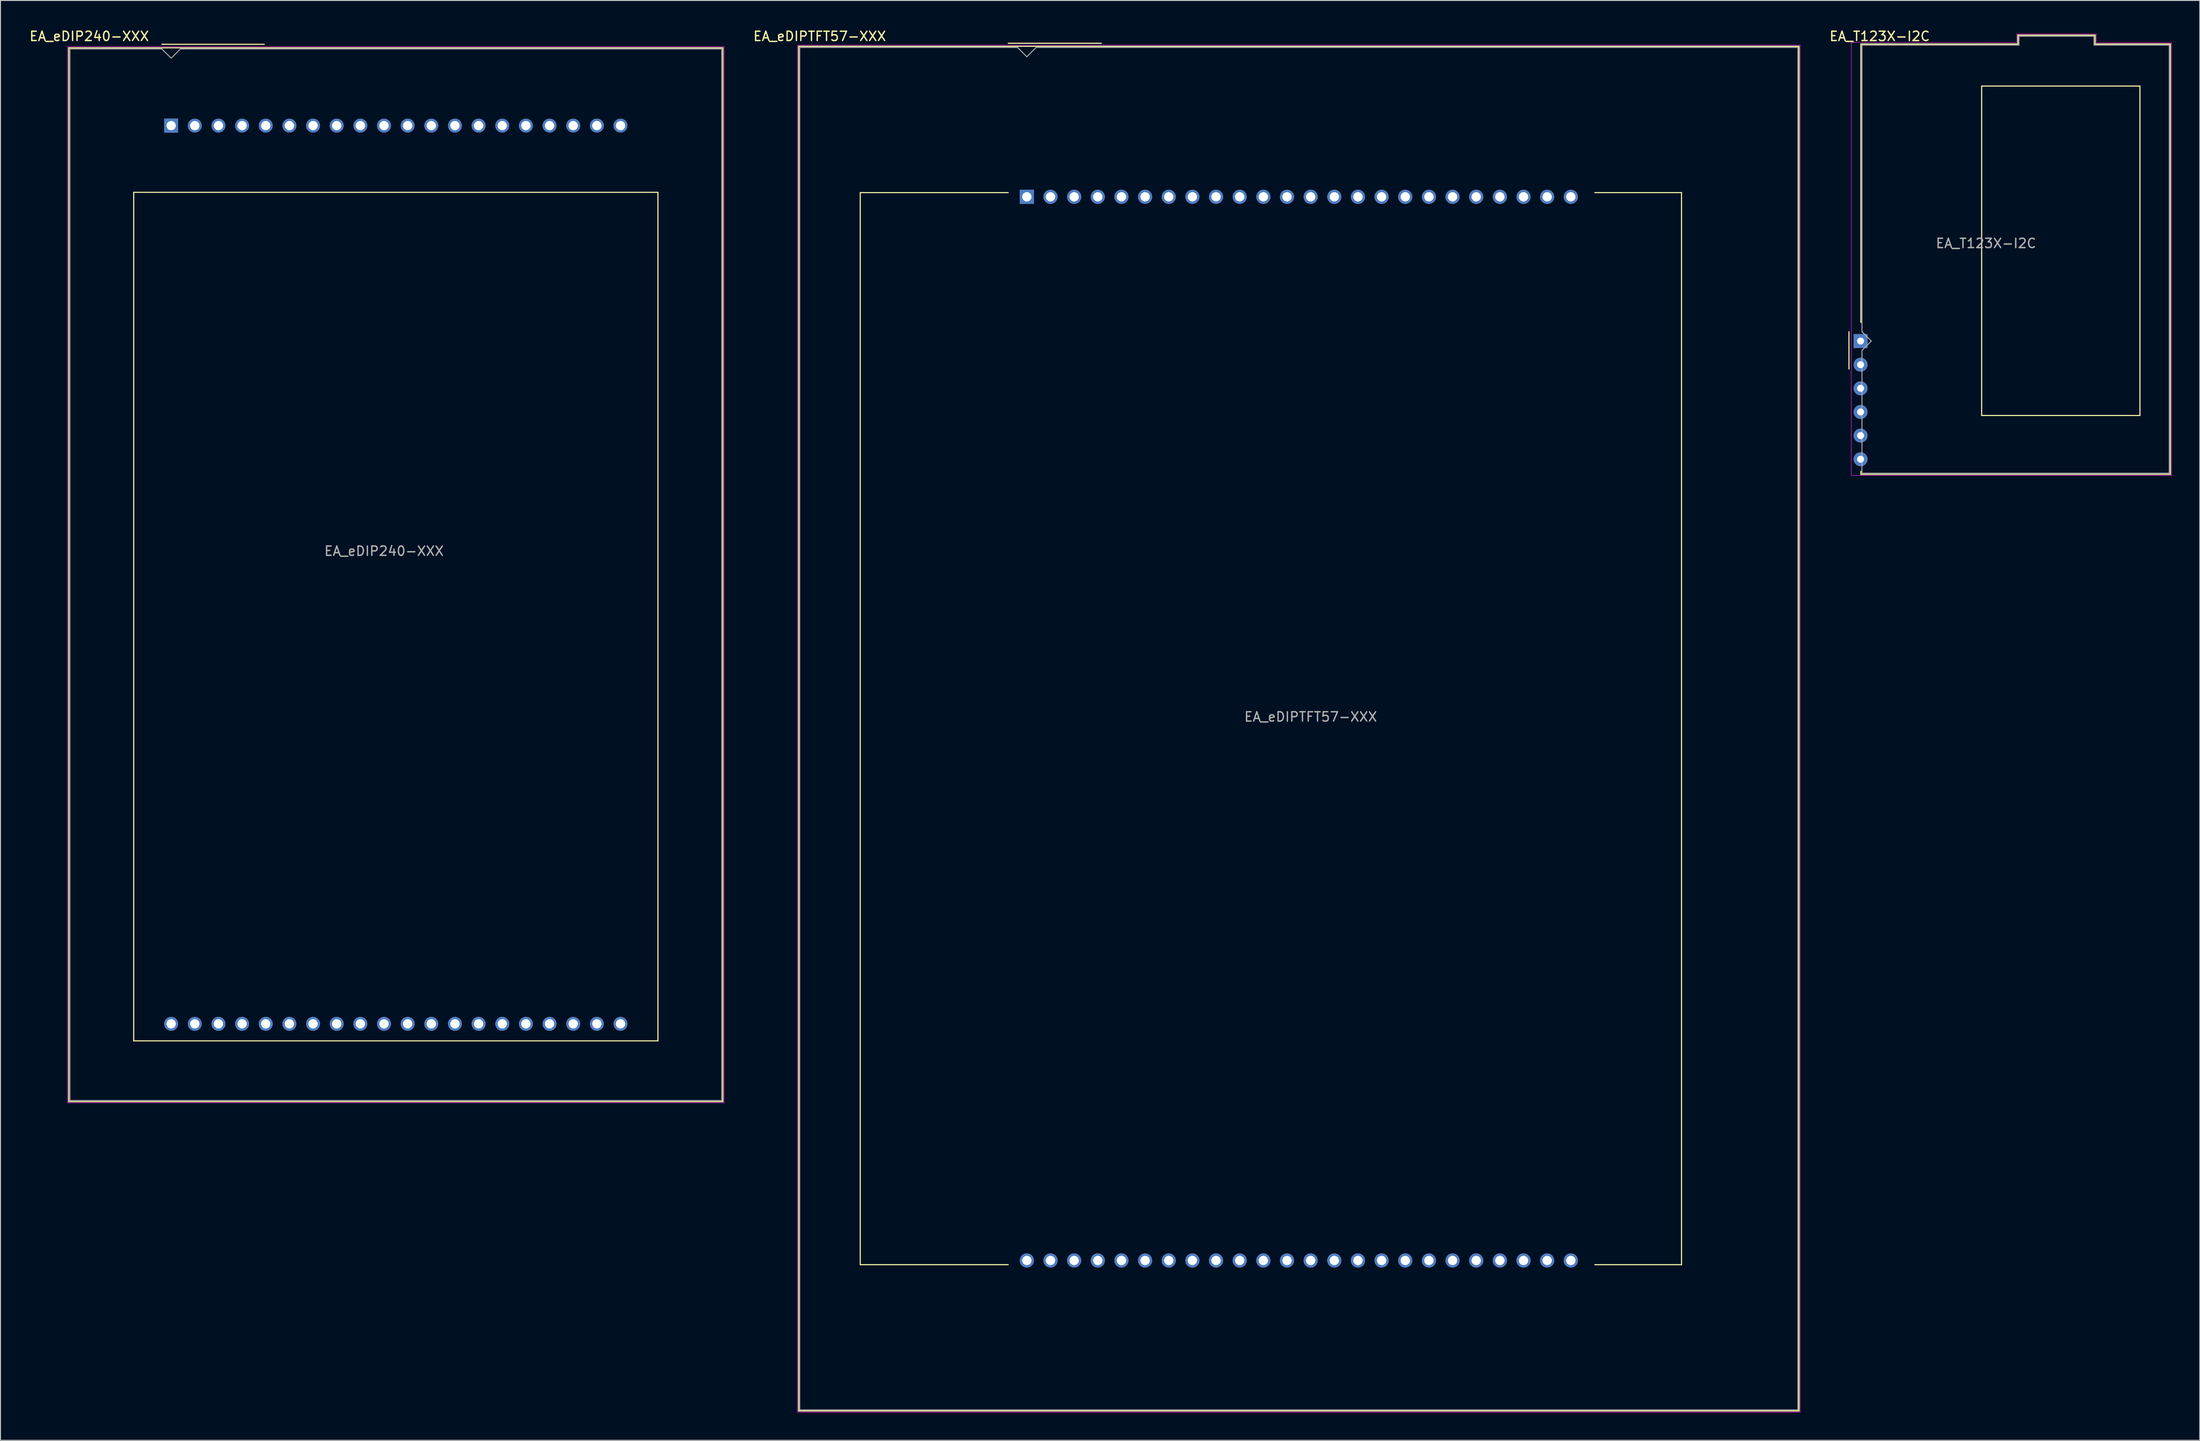
<source format=kicad_pcb>
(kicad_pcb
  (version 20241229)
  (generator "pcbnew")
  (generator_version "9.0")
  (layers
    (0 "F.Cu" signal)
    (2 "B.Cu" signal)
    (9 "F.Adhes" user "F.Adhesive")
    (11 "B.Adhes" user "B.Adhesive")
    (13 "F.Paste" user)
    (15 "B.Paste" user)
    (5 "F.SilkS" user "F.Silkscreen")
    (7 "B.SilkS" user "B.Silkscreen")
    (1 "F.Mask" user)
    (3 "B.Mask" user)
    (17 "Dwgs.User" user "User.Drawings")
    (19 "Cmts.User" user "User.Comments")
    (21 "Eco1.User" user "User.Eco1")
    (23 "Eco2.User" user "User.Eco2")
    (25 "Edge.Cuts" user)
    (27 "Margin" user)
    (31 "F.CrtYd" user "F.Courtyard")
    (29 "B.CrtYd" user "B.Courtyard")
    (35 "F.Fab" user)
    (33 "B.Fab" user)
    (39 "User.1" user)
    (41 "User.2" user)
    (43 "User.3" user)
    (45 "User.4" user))
  (footprint "EA_eDIP240-XXX"
    (layer "F.Cu")
    (at 15.33 10.448)
    (property "Reference" "EA_eDIP240-XXX" (at -8.8 -9.6 0) (layer "F.SilkS") (effects (font (size 1 1) (thickness 0.15))))
    (attr through_hole)
    (fp_line (start -11 -8.36) (end 59.25 -8.36) (stroke (width 0.12) (type solid)) (layer "F.SilkS"))
    (fp_line (start -11 104.88) (end -11 -8.36) (stroke (width 0.12) (type solid)) (layer "F.SilkS"))
    (fp_line (start -4.02 7.17) (end 52.28 7.17) (stroke (width 0.12) (type solid)) (layer "F.SilkS"))
    (fp_line (start -4.02 98.35) (end -4.02 7.17) (stroke (width 0.12) (type solid)) (layer "F.SilkS"))
    (fp_line (start -1 -8.74) (end 10 -8.74) (stroke (width 0.12) (type solid)) (layer "F.SilkS"))
    (fp_line (start 52.28 7.17) (end 52.28 98.35) (stroke (width 0.12) (type solid)) (layer "F.SilkS"))
    (fp_line (start 52.28 98.35) (end -4.02 98.35) (stroke (width 0.12) (type solid)) (layer "F.SilkS"))
    (fp_line (start 59.25 -8.36) (end 59.25 104.88) (stroke (width 0.12) (type solid)) (layer "F.SilkS"))
    (fp_line (start 59.25 104.88) (end -11 104.88) (stroke (width 0.12) (type solid)) (layer "F.SilkS"))
    (fp_line (start -11.13 -8.49) (end 59.38 -8.49) (stroke (width 0.05) (type solid)) (layer "F.CrtYd"))
    (fp_line (start -11.13 105.01) (end -11.13 -8.49) (stroke (width 0.05) (type solid)) (layer "F.CrtYd"))
    (fp_line (start 59.38 -8.49) (end 59.38 105.01) (stroke (width 0.05) (type solid)) (layer "F.CrtYd"))
    (fp_line (start 59.38 105.01) (end -11.13 105.01) (stroke (width 0.05) (type solid)) (layer "F.CrtYd"))
    (fp_line (start -10.87 104.76) (end -10.87 -8.24) (stroke (width 0.1) (type solid)) (layer "F.Fab"))
    (fp_line (start -1 -8.24) (end -10.87 -8.24) (stroke (width 0.1) (type solid)) (layer "F.Fab"))
    (fp_line (start 0 -7.24) (end -1 -8.24) (stroke (width 0.1) (type solid)) (layer "F.Fab"))
    (fp_line (start 1 -8.24) (end 0 -7.24) (stroke (width 0.1) (type solid)) (layer "F.Fab"))
    (fp_line (start 1 -8.24) (end 59.13 -8.24) (stroke (width 0.1) (type solid)) (layer "F.Fab"))
    (fp_line (start 59.13 -8.24) (end 59.13 104.76) (stroke (width 0.1) (type solid)) (layer "F.Fab"))
    (fp_line (start 59.13 104.76) (end -10.87 104.76) (stroke (width 0.1) (type solid)) (layer "F.Fab"))
    (fp_text user "${REFERENCE}" (at 22.86 45.72 0) (layer "F.Fab") (effects (font (size 1 1) (thickness 0.15))))
    (pad "1" thru_hole rect (at 0 0 180) (size 1.5 1.524) (drill 1) (layers "*.Cu" "*.Mask"))
    (pad "2" thru_hole circle (at 2.54 0 180) (size 1.5 1.5) (drill 1) (layers "*.Cu" "*.Mask"))
    (pad "3" thru_hole circle (at 5.08 0 180) (size 1.5 1.5) (drill 1) (layers "*.Cu" "*.Mask"))
    (pad "4" thru_hole circle (at 7.62 0 180) (size 1.5 1.5) (drill 1) (layers "*.Cu" "*.Mask"))
    (pad "5" thru_hole circle (at 10.16 0 180) (size 1.5 1.5) (drill 1) (layers "*.Cu" "*.Mask"))
    (pad "6" thru_hole circle (at 12.7 0 180) (size 1.5 1.5) (drill 1) (layers "*.Cu" "*.Mask"))
    (pad "7" thru_hole circle (at 15.24 0 180) (size 1.5 1.5) (drill 1) (layers "*.Cu" "*.Mask"))
    (pad "8" thru_hole circle (at 17.78 0 180) (size 1.5 1.5) (drill 1) (layers "*.Cu" "*.Mask"))
    (pad "9" thru_hole circle (at 20.32 0 180) (size 1.5 1.5) (drill 1) (layers "*.Cu" "*.Mask"))
    (pad "10" thru_hole circle (at 22.86 0 180) (size 1.5 1.5) (drill 1) (layers "*.Cu" "*.Mask"))
    (pad "11" thru_hole circle (at 25.4 0 180) (size 1.5 1.5) (drill 1) (layers "*.Cu" "*.Mask"))
    (pad "12" thru_hole circle (at 27.94 0 180) (size 1.5 1.5) (drill 1) (layers "*.Cu" "*.Mask"))
    (pad "13" thru_hole circle (at 30.48 0 180) (size 1.5 1.5) (drill 1) (layers "*.Cu" "*.Mask"))
    (pad "14" thru_hole circle (at 33.02 0 180) (size 1.5 1.5) (drill 1) (layers "*.Cu" "*.Mask"))
    (pad "15" thru_hole circle (at 35.56 0 180) (size 1.5 1.5) (drill 1) (layers "*.Cu" "*.Mask"))
    (pad "16" thru_hole circle (at 38.1 0 180) (size 1.5 1.5) (drill 1) (layers "*.Cu" "*.Mask"))
    (pad "17" thru_hole circle (at 40.64 0 180) (size 1.5 1.5) (drill 1) (layers "*.Cu" "*.Mask"))
    (pad "18" thru_hole circle (at 43.18 0 180) (size 1.5 1.5) (drill 1) (layers "*.Cu" "*.Mask"))
    (pad "19" thru_hole circle (at 45.72 0 180) (size 1.5 1.5) (drill 1) (layers "*.Cu" "*.Mask"))
    (pad "20" thru_hole circle (at 48.26 0 180) (size 1.5 1.5) (drill 1) (layers "*.Cu" "*.Mask"))
    (pad "21" thru_hole circle (at 48.26 96.52 180) (size 1.5 1.5) (drill 1) (layers "*.Cu" "*.Mask"))
    (pad "22" thru_hole circle (at 45.72 96.52 180) (size 1.5 1.5) (drill 1) (layers "*.Cu" "*.Mask"))
    (pad "23" thru_hole circle (at 43.18 96.52 180) (size 1.5 1.5) (drill 1) (layers "*.Cu" "*.Mask"))
    (pad "24" thru_hole circle (at 40.64 96.52 180) (size 1.5 1.5) (drill 1) (layers "*.Cu" "*.Mask"))
    (pad "25" thru_hole circle (at 38.1 96.52 180) (size 1.5 1.5) (drill 1) (layers "*.Cu" "*.Mask"))
    (pad "26" thru_hole circle (at 35.56 96.52 180) (size 1.5 1.5) (drill 1) (layers "*.Cu" "*.Mask"))
    (pad "27" thru_hole circle (at 33.02 96.52 180) (size 1.5 1.5) (drill 1) (layers "*.Cu" "*.Mask"))
    (pad "28" thru_hole circle (at 30.48 96.52 180) (size 1.5 1.5) (drill 1) (layers "*.Cu" "*.Mask"))
    (pad "29" thru_hole circle (at 27.94 96.52 180) (size 1.5 1.5) (drill 1) (layers "*.Cu" "*.Mask"))
    (pad "30" thru_hole circle (at 25.4 96.52 180) (size 1.5 1.5) (drill 1) (layers "*.Cu" "*.Mask"))
    (pad "31" thru_hole circle (at 22.86 96.52 180) (size 1.5 1.5) (drill 1) (layers "*.Cu" "*.Mask"))
    (pad "32" thru_hole circle (at 20.32 96.52 180) (size 1.5 1.5) (drill 1) (layers "*.Cu" "*.Mask"))
    (pad "33" thru_hole circle (at 17.78 96.52 180) (size 1.5 1.5) (drill 1) (layers "*.Cu" "*.Mask"))
    (pad "34" thru_hole circle (at 15.24 96.52 180) (size 1.5 1.5) (drill 1) (layers "*.Cu" "*.Mask"))
    (pad "35" thru_hole circle (at 12.7 96.52 180) (size 1.5 1.5) (drill 1) (layers "*.Cu" "*.Mask"))
    (pad "36" thru_hole circle (at 10.16 96.52 180) (size 1.5 1.5) (drill 1) (layers "*.Cu" "*.Mask"))
    (pad "37" thru_hole circle (at 7.62 96.52 180) (size 1.5 1.5) (drill 1) (layers "*.Cu" "*.Mask"))
    (pad "38" thru_hole circle (at 5.08 96.52 180) (size 1.5 1.5) (drill 1) (layers "*.Cu" "*.Mask"))
    (pad "39" thru_hole circle (at 2.54 96.52 180) (size 1.5 1.5) (drill 1) (layers "*.Cu" "*.Mask"))
    (pad "40" thru_hole circle (at 0 96.52 180) (size 1.5 1.5) (drill 1) (layers "*.Cu" "*.Mask")))
  (footprint "EA_T123X-I2C"
    (layer "F.Cu")
    (at 196.77 33.598)
    (property "Reference" "EA_T123X-I2C" (at 2.05 -32.75 0) (layer "F.SilkS") (effects (font (size 1 1) (thickness 0.15))))
    (attr through_hole)
    (fp_line (start -1.25 -1) (end -1.25 3) (stroke (width 0.12) (type solid)) (layer "F.SilkS"))
    (fp_line (start 0.03 -31.92) (end 0.03 -2) (stroke (width 0.12) (type solid)) (layer "F.SilkS"))
    (fp_line (start 0.03 -31.92) (end 16.89 -31.92) (stroke (width 0.12) (type solid)) (layer "F.SilkS"))
    (fp_line (start 0.03 14.32) (end 0.03 14) (stroke (width 0.12) (type solid)) (layer "F.SilkS"))
    (fp_line (start 13 -27.4) (end 30 -27.4) (stroke (width 0.12) (type solid)) (layer "F.SilkS"))
    (fp_line (start 13 8) (end 13 -27.4) (stroke (width 0.12) (type solid)) (layer "F.SilkS"))
    (fp_line (start 13 8) (end 30 8) (stroke (width 0.12) (type solid)) (layer "F.SilkS"))
    (fp_line (start 16.89 -32.87) (end 16.89 -31.94) (stroke (width 0.12) (type solid)) (layer "F.SilkS"))
    (fp_line (start 25.19 -32.87) (end 16.89 -32.87) (stroke (width 0.12) (type solid)) (layer "F.SilkS"))
    (fp_line (start 25.19 -31.93) (end 25.19 -32.87) (stroke (width 0.12) (type solid)) (layer "F.SilkS"))
    (fp_line (start 25.19 -31.92) (end 33.27 -31.92) (stroke (width 0.12) (type solid)) (layer "F.SilkS"))
    (fp_line (start 30 -27.4) (end 30 8) (stroke (width 0.12) (type solid)) (layer "F.SilkS"))
    (fp_line (start 33.27 -31.92) (end 33.27 14.32) (stroke (width 0.12) (type solid)) (layer "F.SilkS"))
    (fp_line (start 33.27 14.32) (end 0.03 14.32) (stroke (width 0.12) (type solid)) (layer "F.SilkS"))
    (fp_line (start -1 14.45) (end -1 -32.05) (stroke (width 0.05) (type solid)) (layer "F.CrtYd"))
    (fp_line (start 16.76 -33) (end 16.76 -32.08) (stroke (width 0.05) (type solid)) (layer "F.CrtYd"))
    (fp_line (start 16.76 -32.08) (end -1 -32.09) (stroke (width 0.05) (type solid)) (layer "F.CrtYd"))
    (fp_line (start 25.31 -33) (end 16.76 -33) (stroke (width 0.05) (type solid)) (layer "F.CrtYd"))
    (fp_line (start 25.32 -32.06) (end 25.32 -33) (stroke (width 0.05) (type solid)) (layer "F.CrtYd"))
    (fp_line (start 25.32 -32.05) (end 33.4 -32.05) (stroke (width 0.05) (type solid)) (layer "F.CrtYd"))
    (fp_line (start 33.4 -32.05) (end 33.4 14.45) (stroke (width 0.05) (type solid)) (layer "F.CrtYd"))
    (fp_line (start 33.4 14.45) (end -1 14.45) (stroke (width 0.05) (type solid)) (layer "F.CrtYd"))
    (fp_line (start 0.15 -31.8) (end 17.01 -31.8) (stroke (width 0.1) (type solid)) (layer "F.Fab"))
    (fp_line (start 0.15 -1) (end 0.15 -31.8) (stroke (width 0.1) (type solid)) (layer "F.Fab"))
    (fp_line (start 0.15 -1) (end 1.15 0) (stroke (width 0.1) (type solid)) (layer "F.Fab"))
    (fp_line (start 0.15 1) (end 0.15 14.2) (stroke (width 0.1) (type solid)) (layer "F.Fab"))
    (fp_line (start 0.15 14.2) (end 33.15 14.2) (stroke (width 0.1) (type solid)) (layer "F.Fab"))
    (fp_line (start 1.15 0) (end 0.15 1) (stroke (width 0.1) (type solid)) (layer "F.Fab"))
    (fp_line (start 17.01 -32.75) (end 17.01 -31.8) (stroke (width 0.1) (type solid)) (layer "F.Fab"))
    (fp_line (start 25.07 -32.75) (end 17.01 -32.75) (stroke (width 0.1) (type solid)) (layer "F.Fab"))
    (fp_line (start 25.07 -31.8) (end 25.07 -32.75) (stroke (width 0.1) (type solid)) (layer "F.Fab"))
    (fp_line (start 25.07 -31.8) (end 33.15 -31.8) (stroke (width 0.1) (type solid)) (layer "F.Fab"))
    (fp_line (start 33.15 -31.8) (end 33.15 14.2) (stroke (width 0.1) (type solid)) (layer "F.Fab"))
    (fp_text user "${REFERENCE}" (at 13.47 -10.5 0) (layer "F.Fab") (effects (font (size 1 1) (thickness 0.15))))
    (pad "1" thru_hole rect (at 0 0) (size 1.5 1.5) (drill 0.75) (layers "*.Cu" "*.Mask"))
    (pad "2" thru_hole circle (at 0 2.54) (size 1.5 1.5) (drill 0.75) (layers "*.Cu" "*.Mask"))
    (pad "3" thru_hole circle (at 0 5.08) (size 1.5 1.5) (drill 0.75) (layers "*.Cu" "*.Mask"))
    (pad "4" thru_hole circle (at 0 7.62) (size 1.5 1.5) (drill 0.75) (layers "*.Cu" "*.Mask"))
    (pad "5" thru_hole circle (at 0 10.16) (size 1.5 1.5) (drill 0.75) (layers "*.Cu" "*.Mask"))
    (pad "6" thru_hole circle (at 0 12.7) (size 1.5 1.5) (drill 0.75) (layers "*.Cu" "*.Mask")))
  (footprint "EA_eDIPTFT57-XXX"
    (layer "F.Cu")
    (at 107.229 18.098)
    (property "Reference" "EA_eDIPTFT57-XXX" (at -22.25 -17.25 0) (layer "F.SilkS") (effects (font (size 1 1) (thickness 0.15))))
    (attr through_hole)
    (fp_line (start -24.51 -16.17) (end 82.93 -16.17) (stroke (width 0.12) (type solid)) (layer "F.SilkS"))
    (fp_line (start -24.51 130.47) (end -24.51 -16.17) (stroke (width 0.12) (type solid)) (layer "F.SilkS"))
    (fp_line (start -17.89 -0.45) (end -2 -0.45) (stroke (width 0.12) (type solid)) (layer "F.SilkS"))
    (fp_line (start -17.89 114.75) (end -17.89 -0.45) (stroke (width 0.12) (type solid)) (layer "F.SilkS"))
    (fp_line (start -2 -16.5) (end 8 -16.5) (stroke (width 0.12) (type solid)) (layer "F.SilkS"))
    (fp_line (start -2 114.75) (end -17.89 114.75) (stroke (width 0.12) (type solid)) (layer "F.SilkS"))
    (fp_line (start 61 -0.45) (end 70.31 -0.45) (stroke (width 0.12) (type solid)) (layer "F.SilkS"))
    (fp_line (start 61 114.75) (end 70.31 114.75) (stroke (width 0.12) (type solid)) (layer "F.SilkS"))
    (fp_line (start 70.31 -0.45) (end 70.31 114.75) (stroke (width 0.12) (type solid)) (layer "F.SilkS"))
    (fp_line (start 82.93 -16.17) (end 82.93 130.47) (stroke (width 0.12) (type solid)) (layer "F.SilkS"))
    (fp_line (start 82.93 130.47) (end -24.51 130.47) (stroke (width 0.12) (type solid)) (layer "F.SilkS"))
    (fp_line (start -24.64 -16.3) (end 83.06 -16.3) (stroke (width 0.05) (type solid)) (layer "F.CrtYd"))
    (fp_line (start -24.64 130.6) (end -24.64 -16.3) (stroke (width 0.05) (type solid)) (layer "F.CrtYd"))
    (fp_line (start 83.06 -16.3) (end 83.06 130.6) (stroke (width 0.05) (type solid)) (layer "F.CrtYd"))
    (fp_line (start 83.06 130.6) (end -24.64 130.6) (stroke (width 0.05) (type solid)) (layer "F.CrtYd"))
    (fp_line (start -24.39 -16.05) (end -1 -16.05) (stroke (width 0.1) (type solid)) (layer "F.Fab"))
    (fp_line (start -24.39 130.35) (end -24.39 -16.05) (stroke (width 0.1) (type solid)) (layer "F.Fab"))
    (fp_line (start 0 -15.05) (end -1 -16.05) (stroke (width 0.1) (type solid)) (layer "F.Fab"))
    (fp_line (start 0 -15.05) (end 1 -16.05) (stroke (width 0.1) (type solid)) (layer "F.Fab"))
    (fp_line (start 1 -16.05) (end 82.81 -16.05) (stroke (width 0.1) (type solid)) (layer "F.Fab"))
    (fp_line (start 82.81 -16.05) (end 82.81 130.35) (stroke (width 0.1) (type solid)) (layer "F.Fab"))
    (fp_line (start 82.81 130.35) (end -24.39 130.35) (stroke (width 0.1) (type solid)) (layer "F.Fab"))
    (fp_text user "${REFERENCE}" (at 30.48 55.88 0) (layer "F.Fab") (effects (font (size 1 1) (thickness 0.15))))
    (pad "1" thru_hole rect (at 0 0) (size 1.524 1.524) (drill 1) (layers "*.Cu" "*.Mask"))
    (pad "2" thru_hole circle (at 2.54 0) (size 1.524 1.524) (drill 1) (layers "*.Cu" "*.Mask"))
    (pad "3" thru_hole circle (at 5.08 0) (size 1.524 1.524) (drill 1) (layers "*.Cu" "*.Mask"))
    (pad "4" thru_hole circle (at 7.62 0) (size 1.524 1.524) (drill 1) (layers "*.Cu" "*.Mask"))
    (pad "5" thru_hole circle (at 10.16 0) (size 1.524 1.524) (drill 1) (layers "*.Cu" "*.Mask"))
    (pad "6" thru_hole circle (at 12.7 0) (size 1.524 1.524) (drill 1) (layers "*.Cu" "*.Mask"))
    (pad "7" thru_hole circle (at 15.24 0) (size 1.524 1.524) (drill 1) (layers "*.Cu" "*.Mask"))
    (pad "8" thru_hole circle (at 17.78 0) (size 1.524 1.524) (drill 1) (layers "*.Cu" "*.Mask"))
    (pad "9" thru_hole circle (at 20.32 0) (size 1.524 1.524) (drill 1) (layers "*.Cu" "*.Mask"))
    (pad "10" thru_hole circle (at 22.86 0) (size 1.524 1.524) (drill 1) (layers "*.Cu" "*.Mask"))
    (pad "11" thru_hole circle (at 25.4 0) (size 1.524 1.524) (drill 1) (layers "*.Cu" "*.Mask"))
    (pad "12" thru_hole circle (at 27.94 0) (size 1.524 1.524) (drill 1) (layers "*.Cu" "*.Mask"))
    (pad "13" thru_hole circle (at 30.48 0) (size 1.524 1.524) (drill 1) (layers "*.Cu" "*.Mask"))
    (pad "14" thru_hole circle (at 33.02 0) (size 1.524 1.524) (drill 1) (layers "*.Cu" "*.Mask"))
    (pad "15" thru_hole circle (at 35.56 0) (size 1.524 1.524) (drill 1) (layers "*.Cu" "*.Mask"))
    (pad "16" thru_hole circle (at 38.1 0) (size 1.524 1.524) (drill 1) (layers "*.Cu" "*.Mask"))
    (pad "17" thru_hole circle (at 40.64 0) (size 1.524 1.524) (drill 1) (layers "*.Cu" "*.Mask"))
    (pad "18" thru_hole circle (at 43.18 0) (size 1.524 1.524) (drill 1) (layers "*.Cu" "*.Mask"))
    (pad "19" thru_hole circle (at 45.72 0) (size 1.524 1.524) (drill 1) (layers "*.Cu" "*.Mask"))
    (pad "20" thru_hole circle (at 48.26 0) (size 1.524 1.524) (drill 1) (layers "*.Cu" "*.Mask"))
    (pad "21" thru_hole circle (at 50.8 0) (size 1.524 1.524) (drill 1) (layers "*.Cu" "*.Mask"))
    (pad "22" thru_hole circle (at 53.34 0) (size 1.524 1.524) (drill 1) (layers "*.Cu" "*.Mask"))
    (pad "23" thru_hole circle (at 55.88 0) (size 1.524 1.524) (drill 1) (layers "*.Cu" "*.Mask"))
    (pad "24" thru_hole circle (at 58.42 0) (size 1.524 1.524) (drill 1) (layers "*.Cu" "*.Mask"))
    (pad "25" thru_hole circle (at 58.42 114.3) (size 1.524 1.524) (drill 1) (layers "*.Cu" "*.Mask"))
    (pad "26" thru_hole circle (at 55.88 114.3) (size 1.524 1.524) (drill 1) (layers "*.Cu" "*.Mask"))
    (pad "27" thru_hole circle (at 53.34 114.3) (size 1.524 1.524) (drill 1) (layers "*.Cu" "*.Mask"))
    (pad "28" thru_hole circle (at 50.8 114.3) (size 1.524 1.524) (drill 1) (layers "*.Cu" "*.Mask"))
    (pad "29" thru_hole circle (at 48.26 114.3) (size 1.524 1.524) (drill 1) (layers "*.Cu" "*.Mask"))
    (pad "30" thru_hole circle (at 45.72 114.3) (size 1.524 1.524) (drill 1) (layers "*.Cu" "*.Mask"))
    (pad "31" thru_hole circle (at 43.18 114.3) (size 1.524 1.524) (drill 1) (layers "*.Cu" "*.Mask"))
    (pad "32" thru_hole circle (at 40.64 114.3) (size 1.524 1.524) (drill 1) (layers "*.Cu" "*.Mask"))
    (pad "33" thru_hole circle (at 38.1 114.3) (size 1.524 1.524) (drill 1) (layers "*.Cu" "*.Mask"))
    (pad "34" thru_hole circle (at 35.56 114.3) (size 1.524 1.524) (drill 1) (layers "*.Cu" "*.Mask"))
    (pad "35" thru_hole circle (at 33.02 114.3) (size 1.524 1.524) (drill 1) (layers "*.Cu" "*.Mask"))
    (pad "36" thru_hole circle (at 30.48 114.3) (size 1.524 1.524) (drill 1) (layers "*.Cu" "*.Mask"))
    (pad "37" thru_hole circle (at 27.94 114.3) (size 1.524 1.524) (drill 1) (layers "*.Cu" "*.Mask"))
    (pad "38" thru_hole circle (at 25.4 114.3) (size 1.524 1.524) (drill 1) (layers "*.Cu" "*.Mask"))
    (pad "39" thru_hole circle (at 22.86 114.3) (size 1.524 1.524) (drill 1) (layers "*.Cu" "*.Mask"))
    (pad "40" thru_hole circle (at 20.32 114.3) (size 1.524 1.524) (drill 1) (layers "*.Cu" "*.Mask"))
    (pad "41" thru_hole circle (at 17.78 114.3) (size 1.524 1.524) (drill 1) (layers "*.Cu" "*.Mask"))
    (pad "42" thru_hole circle (at 15.24 114.3) (size 1.524 1.524) (drill 1) (layers "*.Cu" "*.Mask"))
    (pad "43" thru_hole circle (at 12.7 114.3) (size 1.524 1.524) (drill 1) (layers "*.Cu" "*.Mask"))
    (pad "44" thru_hole circle (at 10.16 114.3) (size 1.524 1.524) (drill 1) (layers "*.Cu" "*.Mask"))
    (pad "45" thru_hole circle (at 7.62 114.3) (size 1.524 1.524) (drill 1) (layers "*.Cu" "*.Mask"))
    (pad "46" thru_hole circle (at 5.08 114.3) (size 1.524 1.524) (drill 1) (layers "*.Cu" "*.Mask"))
    (pad "47" thru_hole circle (at 2.54 114.3) (size 1.524 1.524) (drill 1) (layers "*.Cu" "*.Mask"))
    (pad "48" thru_hole circle (at 0 114.3) (size 1.524 1.524) (drill 1) (layers "*.Cu" "*.Mask")))
  (gr_rect
    (start -3 -3)
    (end 233.195 151.723)
    (stroke (width 0.1) (type default))
    (fill no)
    (layer "Edge.Cuts")))
</source>
